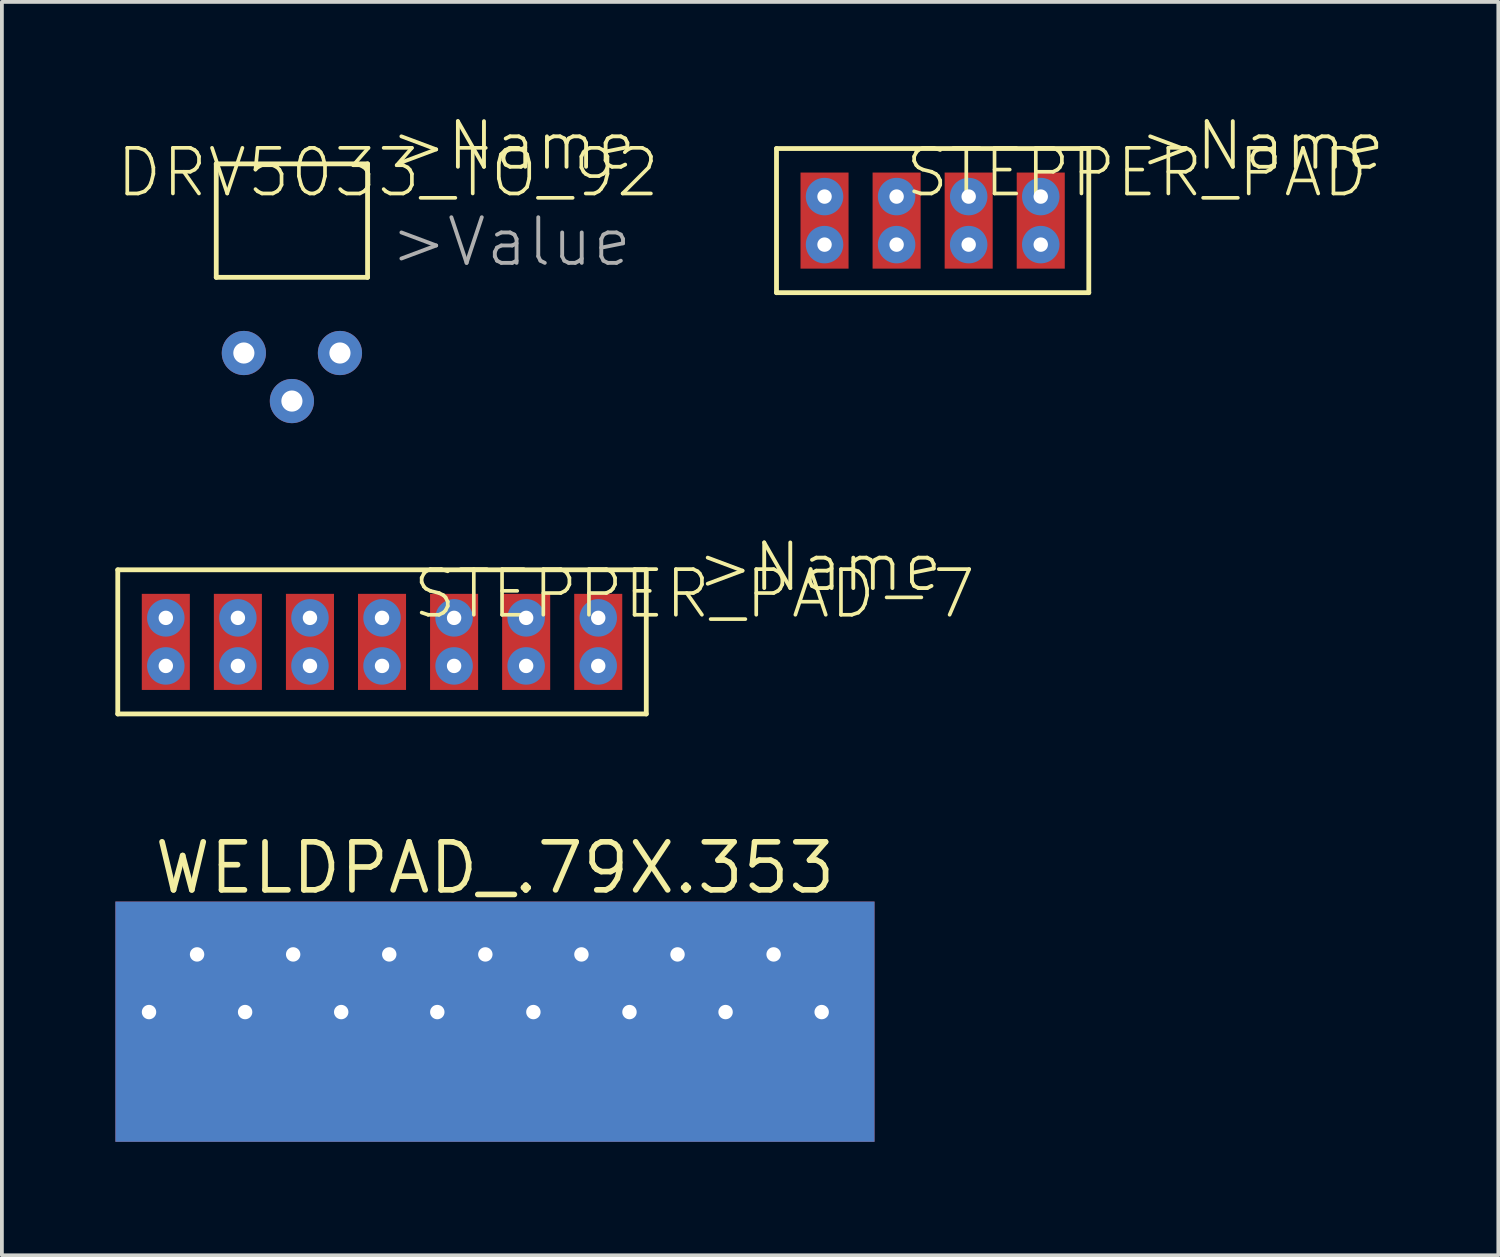
<source format=kicad_pcb>
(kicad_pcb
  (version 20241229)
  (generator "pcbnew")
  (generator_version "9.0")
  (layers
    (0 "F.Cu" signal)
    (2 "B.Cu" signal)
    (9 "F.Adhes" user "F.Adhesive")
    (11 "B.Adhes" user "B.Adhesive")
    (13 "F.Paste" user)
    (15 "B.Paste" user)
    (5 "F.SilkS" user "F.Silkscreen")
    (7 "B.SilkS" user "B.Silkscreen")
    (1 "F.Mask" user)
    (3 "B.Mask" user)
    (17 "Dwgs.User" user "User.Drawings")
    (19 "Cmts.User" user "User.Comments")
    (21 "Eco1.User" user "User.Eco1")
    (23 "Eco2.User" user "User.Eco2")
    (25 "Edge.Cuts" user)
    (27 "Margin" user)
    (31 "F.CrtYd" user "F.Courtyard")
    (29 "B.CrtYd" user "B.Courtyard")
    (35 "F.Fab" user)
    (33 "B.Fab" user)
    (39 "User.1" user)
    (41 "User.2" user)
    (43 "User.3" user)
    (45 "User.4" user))
  (footprint "WELDPAD_.79X.353"
    (layer "F.Cu")
    (at 10.033 19.892)
    (property "Reference" "WELDPAD_.79X.353" (at 0 0 0) (layer "F.SilkS") (effects (font (size 1.27 1.27) (thickness 0.15))))
    (attr through_hole)
    (fp_poly (pts (xy -9.906 2.54) (xy 9.906 2.54) (xy 9.906 1.016) (xy -9.906 1.016)) (stroke (width 0) (type solid)) (fill yes) (layer "F.Mask"))
    (pad "P$1" smd rect (at 0 4.064) (size 20.066 6.35) (layers "F.Cu" "F.Mask"))
    (pad "P$2" thru_hole circle (at -9.144 3.81) (size 0.991 0.991) (drill 0.381) (layers "*.Cu" "*.Mask"))
    (pad "P$4" thru_hole circle (at -6.604 3.81) (size 0.991 0.991) (drill 0.381) (layers "*.Cu" "*.Mask"))
    (pad "P$6" thru_hole circle (at -4.064 3.81) (size 0.991 0.991) (drill 0.381) (layers "*.Cu" "*.Mask"))
    (pad "P$8" thru_hole circle (at -1.524 3.81) (size 0.991 0.991) (drill 0.381) (layers "*.Cu" "*.Mask"))
    (pad "P$10" thru_hole circle (at 1.016 3.81) (size 0.991 0.991) (drill 0.381) (layers "*.Cu" "*.Mask"))
    (pad "P$12" thru_hole circle (at 3.556 3.81) (size 0.991 0.991) (drill 0.381) (layers "*.Cu" "*.Mask"))
    (pad "P$14" thru_hole circle (at 6.096 3.81) (size 0.991 0.991) (drill 0.381) (layers "*.Cu" "*.Mask"))
    (pad "P$16" thru_hole circle (at 8.636 3.81) (size 0.991 0.991) (drill 0.381) (layers "*.Cu" "*.Mask"))
    (pad "P$18" thru_hole circle (at -7.874 2.286) (size 0.991 0.991) (drill 0.381) (layers "*.Cu" "*.Mask"))
    (pad "P$20" thru_hole circle (at -5.334 2.286) (size 0.991 0.991) (drill 0.381) (layers "*.Cu" "*.Mask"))
    (pad "P$22" thru_hole circle (at -2.794 2.286) (size 0.991 0.991) (drill 0.381) (layers "*.Cu" "*.Mask"))
    (pad "P$24" thru_hole circle (at -0.254 2.286) (size 0.991 0.991) (drill 0.381) (layers "*.Cu" "*.Mask"))
    (pad "P$26" thru_hole circle (at 2.286 2.286) (size 0.991 0.991) (drill 0.381) (layers "*.Cu" "*.Mask"))
    (pad "P$28" thru_hole circle (at 4.826 2.286) (size 0.991 0.991) (drill 0.381) (layers "*.Cu" "*.Mask"))
    (pad "P$30" thru_hole circle (at 7.366 2.286) (size 0.991 0.991) (drill 0.381) (layers "*.Cu" "*.Mask"))
    (pad "P$34" smd rect (at 0 4.064) (size 20.066 6.35) (layers "B.Cu" "B.Mask")))
  (footprint "STEPPER_PAD"
    (layer "F.Cu")
    (at 18.745 2.781)
    (property "Reference" "STEPPER_PAD" (at 8.255 -1.27 180) (layer "F.SilkS") (effects (font (size 1.206 1.206) (thickness 0.097))))
    (attr through_hole)
    (fp_line (start -1.27 -1.905) (end 6.985 -1.905) (stroke (width 0.127) (type solid)) (layer "F.SilkS"))
    (fp_line (start -1.27 1.905) (end -1.27 -1.905) (stroke (width 0.127) (type solid)) (layer "F.SilkS"))
    (fp_line (start 6.985 -1.905) (end 6.985 1.905) (stroke (width 0.127) (type solid)) (layer "F.SilkS"))
    (fp_line (start 6.985 1.905) (end -1.27 1.905) (stroke (width 0.127) (type solid)) (layer "F.SilkS"))
    (fp_text user ">Name" (at 8.255 -1.27 0) (layer "F.SilkS") (effects (font (size 1.206 1.206) (thickness 0.102)) (justify left bottom)))
    (pad "P$1" smd rect (at 0 0 90) (size 2.54 1.27) (layers "F.Cu" "F.Mask"))
    (pad "P$1@1" thru_hole circle (at 0 -0.635) (size 0.991 0.991) (drill 0.381) (layers "*.Cu" "*.Mask"))
    (pad "P$1@2" thru_hole circle (at 0 0.635) (size 0.991 0.991) (drill 0.381) (layers "*.Cu" "*.Mask"))
    (pad "P$2" smd rect (at 1.905 0 90) (size 2.54 1.27) (layers "F.Cu" "F.Mask"))
    (pad "P$2@1" thru_hole circle (at 1.905 -0.635) (size 0.991 0.991) (drill 0.381) (layers "*.Cu" "*.Mask"))
    (pad "P$2@2" thru_hole circle (at 1.905 0.635) (size 0.991 0.991) (drill 0.381) (layers "*.Cu" "*.Mask"))
    (pad "P$3" smd rect (at 3.81 0 90) (size 2.54 1.27) (layers "F.Cu" "F.Mask"))
    (pad "P$3@1" thru_hole circle (at 3.81 -0.635) (size 0.991 0.991) (drill 0.381) (layers "*.Cu" "*.Mask"))
    (pad "P$3@2" thru_hole circle (at 3.81 0.635) (size 0.991 0.991) (drill 0.381) (layers "*.Cu" "*.Mask"))
    (pad "P$4" smd rect (at 5.715 0 90) (size 2.54 1.27) (layers "F.Cu" "F.Mask"))
    (pad "P$4@1" thru_hole circle (at 5.715 -0.635) (size 0.991 0.991) (drill 0.381) (layers "*.Cu" "*.Mask"))
    (pad "P$4@2" thru_hole circle (at 5.715 0.635) (size 0.991 0.991) (drill 0.381) (layers "*.Cu" "*.Mask")))
  (footprint "DRV5033_TO_92"
    (layer "F.Cu")
    (at 4.666 2.781)
    (property "Reference" "DRV5033_TO_92" (at 2.54 -1.27 0) (layer "F.SilkS") (effects (font (size 1.206 1.206) (thickness 0.097))))
    (attr through_hole)
    (fp_line (start -2 -1.5) (end 2 -1.5) (stroke (width 0.127) (type solid)) (layer "F.SilkS"))
    (fp_line (start -2 1.5) (end -2 -1.5) (stroke (width 0.127) (type solid)) (layer "F.SilkS"))
    (fp_line (start 2 -1.5) (end 2 1.5) (stroke (width 0.127) (type solid)) (layer "F.SilkS"))
    (fp_line (start 2 1.5) (end -2 1.5) (stroke (width 0.127) (type solid)) (layer "F.SilkS"))
    (fp_text user ">Name" (at 2.54 -1.27 0) (layer "F.SilkS") (effects (font (size 1.206 1.206) (thickness 0.102)) (justify left bottom)))
    (fp_text user ">Value" (at 2.54 1.27 0) (layer "F.Fab") (effects (font (size 1.206 1.206) (thickness 0.102)) (justify left bottom)))
    (pad "P$1" thru_hole circle (at -1.27 3.5) (size 1.168 1.168) (drill 0.559) (layers "*.Cu" "*.Mask"))
    (pad "P$2" thru_hole circle (at 0 4.77) (size 1.168 1.168) (drill 0.559) (layers "*.Cu" "*.Mask"))
    (pad "P$3" thru_hole circle (at 1.27 3.5) (size 1.168 1.168) (drill 0.559) (layers "*.Cu" "*.Mask")))
  (footprint "STEPPER_PAD-7"
    (layer "F.Cu")
    (at 1.333 13.917)
    (property "Reference" "STEPPER_PAD-7" (at 13.97 -1.27 0) (layer "F.SilkS") (effects (font (size 1.206 1.206) (thickness 0.097))))
    (attr through_hole)
    (fp_line (start -1.27 -1.905) (end 12.7 -1.905) (stroke (width 0.127) (type solid)) (layer "F.SilkS"))
    (fp_line (start -1.27 1.905) (end -1.27 -1.905) (stroke (width 0.127) (type solid)) (layer "F.SilkS"))
    (fp_line (start 12.7 -1.905) (end 12.7 1.905) (stroke (width 0.127) (type solid)) (layer "F.SilkS"))
    (fp_line (start 12.7 1.905) (end -1.27 1.905) (stroke (width 0.127) (type solid)) (layer "F.SilkS"))
    (fp_text user ">Name" (at 13.97 -1.27 0) (layer "F.SilkS") (effects (font (size 1.206 1.206) (thickness 0.102)) (justify left bottom)))
    (pad "P$1" smd rect (at 0 0 90) (size 2.54 1.27) (layers "F.Cu" "F.Mask"))
    (pad "P$1@1" thru_hole circle (at 0 -0.635) (size 0.991 0.991) (drill 0.381) (layers "*.Cu" "*.Mask"))
    (pad "P$1@2" thru_hole circle (at 0 0.635) (size 0.991 0.991) (drill 0.381) (layers "*.Cu" "*.Mask"))
    (pad "P$2" smd rect (at 1.905 0 90) (size 2.54 1.27) (layers "F.Cu" "F.Mask"))
    (pad "P$2@1" thru_hole circle (at 1.905 -0.635) (size 0.991 0.991) (drill 0.381) (layers "*.Cu" "*.Mask"))
    (pad "P$2@2" thru_hole circle (at 1.905 0.635) (size 0.991 0.991) (drill 0.381) (layers "*.Cu" "*.Mask"))
    (pad "P$3" smd rect (at 3.81 0 90) (size 2.54 1.27) (layers "F.Cu" "F.Mask"))
    (pad "P$3@1" thru_hole circle (at 3.81 -0.635) (size 0.991 0.991) (drill 0.381) (layers "*.Cu" "*.Mask"))
    (pad "P$3@2" thru_hole circle (at 3.81 0.635) (size 0.991 0.991) (drill 0.381) (layers "*.Cu" "*.Mask"))
    (pad "P$4" smd rect (at 5.715 0 90) (size 2.54 1.27) (layers "F.Cu" "F.Mask"))
    (pad "P$4@1" thru_hole circle (at 5.715 -0.635) (size 0.991 0.991) (drill 0.381) (layers "*.Cu" "*.Mask"))
    (pad "P$4@2" thru_hole circle (at 5.715 0.635) (size 0.991 0.991) (drill 0.381) (layers "*.Cu" "*.Mask"))
    (pad "P$5" smd rect (at 7.62 0 90) (size 2.54 1.27) (layers "F.Cu" "F.Mask"))
    (pad "P$5@1" thru_hole circle (at 7.62 -0.635) (size 0.991 0.991) (drill 0.381) (layers "*.Cu" "*.Mask"))
    (pad "P$5@2" thru_hole circle (at 7.62 0.635) (size 0.991 0.991) (drill 0.381) (layers "*.Cu" "*.Mask"))
    (pad "P$6" smd rect (at 9.525 0 90) (size 2.54 1.27) (layers "F.Cu" "F.Mask"))
    (pad "P$6@1" thru_hole circle (at 9.525 -0.635) (size 0.991 0.991) (drill 0.381) (layers "*.Cu" "*.Mask"))
    (pad "P$6@2" thru_hole circle (at 9.525 0.635) (size 0.991 0.991) (drill 0.381) (layers "*.Cu" "*.Mask"))
    (pad "P$7" smd rect (at 11.43 0 90) (size 2.54 1.27) (layers "F.Cu" "F.Mask"))
    (pad "P$7@1" thru_hole circle (at 11.43 -0.635) (size 0.991 0.991) (drill 0.381) (layers "*.Cu" "*.Mask"))
    (pad "P$7@2" thru_hole circle (at 11.43 0.635) (size 0.991 0.991) (drill 0.381) (layers "*.Cu" "*.Mask")))
  (gr_rect
    (start -3 -3)
    (end 36.555 30.131)
    (stroke (width 0.1) (type default))
    (fill no)
    (layer "Edge.Cuts")))
</source>
